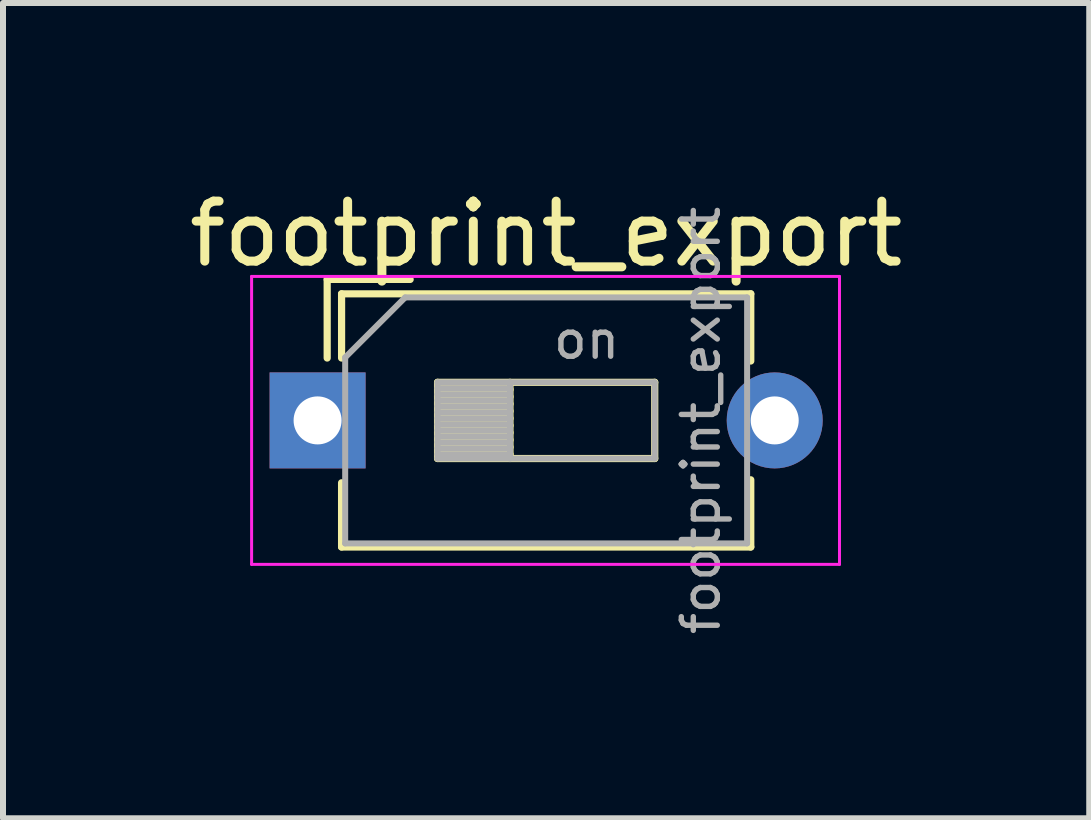
<source format=kicad_pcb>
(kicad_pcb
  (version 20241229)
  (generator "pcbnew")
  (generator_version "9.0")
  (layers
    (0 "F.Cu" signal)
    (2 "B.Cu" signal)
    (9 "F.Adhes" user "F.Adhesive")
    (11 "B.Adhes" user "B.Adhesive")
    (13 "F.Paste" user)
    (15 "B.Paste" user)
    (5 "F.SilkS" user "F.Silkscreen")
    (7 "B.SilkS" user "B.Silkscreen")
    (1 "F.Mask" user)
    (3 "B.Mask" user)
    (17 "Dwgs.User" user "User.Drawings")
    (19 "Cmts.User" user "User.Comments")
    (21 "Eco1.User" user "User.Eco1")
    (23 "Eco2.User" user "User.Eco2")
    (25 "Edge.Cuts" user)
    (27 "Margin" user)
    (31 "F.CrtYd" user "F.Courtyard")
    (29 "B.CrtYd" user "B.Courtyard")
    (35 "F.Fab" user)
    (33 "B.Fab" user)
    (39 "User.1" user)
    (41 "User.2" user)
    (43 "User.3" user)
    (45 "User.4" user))
  (footprint "footprint_export"
    (layer "F.Cu")
    (at 2.244 3.958)
    (property "Reference" "footprint_export" (at 3.81 -3.11 0) (layer "F.SilkS") (effects (font (size 1 1) (thickness 0.15))))
    (attr through_hole)
    (fp_line (start 0.16 -2.35) (end 0.16 -1.04) (stroke (width 0.12) (type solid)) (layer "F.SilkS"))
    (fp_line (start 0.16 -2.35) (end 1.543 -2.35) (stroke (width 0.12) (type solid)) (layer "F.SilkS"))
    (fp_line (start 0.4 -2.11) (end 0.4 -1.04) (stroke (width 0.12) (type solid)) (layer "F.SilkS"))
    (fp_line (start 0.4 -2.11) (end 7.221 -2.11) (stroke (width 0.12) (type solid)) (layer "F.SilkS"))
    (fp_line (start 0.4 1.04) (end 0.4 2.11) (stroke (width 0.12) (type solid)) (layer "F.SilkS"))
    (fp_line (start 0.4 2.11) (end 7.221 2.11) (stroke (width 0.12) (type solid)) (layer "F.SilkS"))
    (fp_line (start 2 -0.635) (end 2 0.635) (stroke (width 0.12) (type solid)) (layer "F.SilkS"))
    (fp_line (start 2 -0.515) (end 3.207 -0.515) (stroke (width 0.12) (type solid)) (layer "F.SilkS"))
    (fp_line (start 2 -0.395) (end 3.207 -0.395) (stroke (width 0.12) (type solid)) (layer "F.SilkS"))
    (fp_line (start 2 -0.275) (end 3.207 -0.275) (stroke (width 0.12) (type solid)) (layer "F.SilkS"))
    (fp_line (start 2 -0.155) (end 3.207 -0.155) (stroke (width 0.12) (type solid)) (layer "F.SilkS"))
    (fp_line (start 2 -0.035) (end 3.207 -0.035) (stroke (width 0.12) (type solid)) (layer "F.SilkS"))
    (fp_line (start 2 0.085) (end 3.207 0.085) (stroke (width 0.12) (type solid)) (layer "F.SilkS"))
    (fp_line (start 2 0.205) (end 3.207 0.205) (stroke (width 0.12) (type solid)) (layer "F.SilkS"))
    (fp_line (start 2 0.325) (end 3.207 0.325) (stroke (width 0.12) (type solid)) (layer "F.SilkS"))
    (fp_line (start 2 0.445) (end 3.207 0.445) (stroke (width 0.12) (type solid)) (layer "F.SilkS"))
    (fp_line (start 2 0.565) (end 3.207 0.565) (stroke (width 0.12) (type solid)) (layer "F.SilkS"))
    (fp_line (start 2 0.635) (end 5.62 0.635) (stroke (width 0.12) (type solid)) (layer "F.SilkS"))
    (fp_line (start 3.207 -0.635) (end 3.207 0.635) (stroke (width 0.12) (type solid)) (layer "F.SilkS"))
    (fp_line (start 5.62 -0.635) (end 2 -0.635) (stroke (width 0.12) (type solid)) (layer "F.SilkS"))
    (fp_line (start 5.62 0.635) (end 5.62 -0.635) (stroke (width 0.12) (type solid)) (layer "F.SilkS"))
    (fp_line (start 7.221 -2.11) (end 7.221 -0.99) (stroke (width 0.12) (type solid)) (layer "F.SilkS"))
    (fp_line (start 7.221 0.99) (end 7.221 2.11) (stroke (width 0.12) (type solid)) (layer "F.SilkS"))
    (fp_line (start -1.1 -2.4) (end -1.1 2.4) (stroke (width 0.05) (type solid)) (layer "F.CrtYd"))
    (fp_line (start -1.1 2.4) (end 8.7 2.4) (stroke (width 0.05) (type solid)) (layer "F.CrtYd"))
    (fp_line (start 8.7 -2.4) (end -1.1 -2.4) (stroke (width 0.05) (type solid)) (layer "F.CrtYd"))
    (fp_line (start 8.7 2.4) (end 8.7 -2.4) (stroke (width 0.05) (type solid)) (layer "F.CrtYd"))
    (fp_line (start 0.46 -1.05) (end 1.46 -2.05) (stroke (width 0.1) (type solid)) (layer "F.Fab"))
    (fp_line (start 0.46 2.05) (end 0.46 -1.05) (stroke (width 0.1) (type solid)) (layer "F.Fab"))
    (fp_line (start 1.46 -2.05) (end 7.16 -2.05) (stroke (width 0.1) (type solid)) (layer "F.Fab"))
    (fp_line (start 2 -0.635) (end 2 0.635) (stroke (width 0.1) (type solid)) (layer "F.Fab"))
    (fp_line (start 2 -0.535) (end 3.207 -0.535) (stroke (width 0.1) (type solid)) (layer "F.Fab"))
    (fp_line (start 2 -0.435) (end 3.207 -0.435) (stroke (width 0.1) (type solid)) (layer "F.Fab"))
    (fp_line (start 2 -0.335) (end 3.207 -0.335) (stroke (width 0.1) (type solid)) (layer "F.Fab"))
    (fp_line (start 2 -0.235) (end 3.207 -0.235) (stroke (width 0.1) (type solid)) (layer "F.Fab"))
    (fp_line (start 2 -0.135) (end 3.207 -0.135) (stroke (width 0.1) (type solid)) (layer "F.Fab"))
    (fp_line (start 2 -0.035) (end 3.207 -0.035) (stroke (width 0.1) (type solid)) (layer "F.Fab"))
    (fp_line (start 2 0.065) (end 3.207 0.065) (stroke (width 0.1) (type solid)) (layer "F.Fab"))
    (fp_line (start 2 0.165) (end 3.207 0.165) (stroke (width 0.1) (type solid)) (layer "F.Fab"))
    (fp_line (start 2 0.265) (end 3.207 0.265) (stroke (width 0.1) (type solid)) (layer "F.Fab"))
    (fp_line (start 2 0.365) (end 3.207 0.365) (stroke (width 0.1) (type solid)) (layer "F.Fab"))
    (fp_line (start 2 0.465) (end 3.207 0.465) (stroke (width 0.1) (type solid)) (layer "F.Fab"))
    (fp_line (start 2 0.565) (end 3.207 0.565) (stroke (width 0.1) (type solid)) (layer "F.Fab"))
    (fp_line (start 2 0.635) (end 5.62 0.635) (stroke (width 0.1) (type solid)) (layer "F.Fab"))
    (fp_line (start 3.207 -0.635) (end 3.207 0.635) (stroke (width 0.1) (type solid)) (layer "F.Fab"))
    (fp_line (start 5.62 -0.635) (end 2 -0.635) (stroke (width 0.1) (type solid)) (layer "F.Fab"))
    (fp_line (start 5.62 0.635) (end 5.62 -0.635) (stroke (width 0.1) (type solid)) (layer "F.Fab"))
    (fp_line (start 7.16 -2.05) (end 7.16 2.05) (stroke (width 0.1) (type solid)) (layer "F.Fab"))
    (fp_line (start 7.16 2.05) (end 0.46 2.05) (stroke (width 0.1) (type solid)) (layer "F.Fab"))
    (fp_text user "on" (at 4.485 -1.343 0) (layer "F.Fab") (effects (font (size 0.6 0.6) (thickness 0.09))))
    (fp_text user "${REFERENCE}" (at 6.39 0 90) (layer "F.Fab") (effects (font (size 0.6 0.6) (thickness 0.09))))
    (pad "1" thru_hole rect (at 0 0) (size 1.6 1.6) (drill 0.8) (layers "*.Cu" "*.Mask"))
    (pad "2" thru_hole oval (at 7.62 0) (size 1.6 1.6) (drill 0.8) (layers "*.Cu" "*.Mask")))
  (gr_rect
    (start -3 -3)
    (end 15.107 10.59)
    (stroke (width 0.1) (type default))
    (fill no)
    (layer "Edge.Cuts")))
</source>
